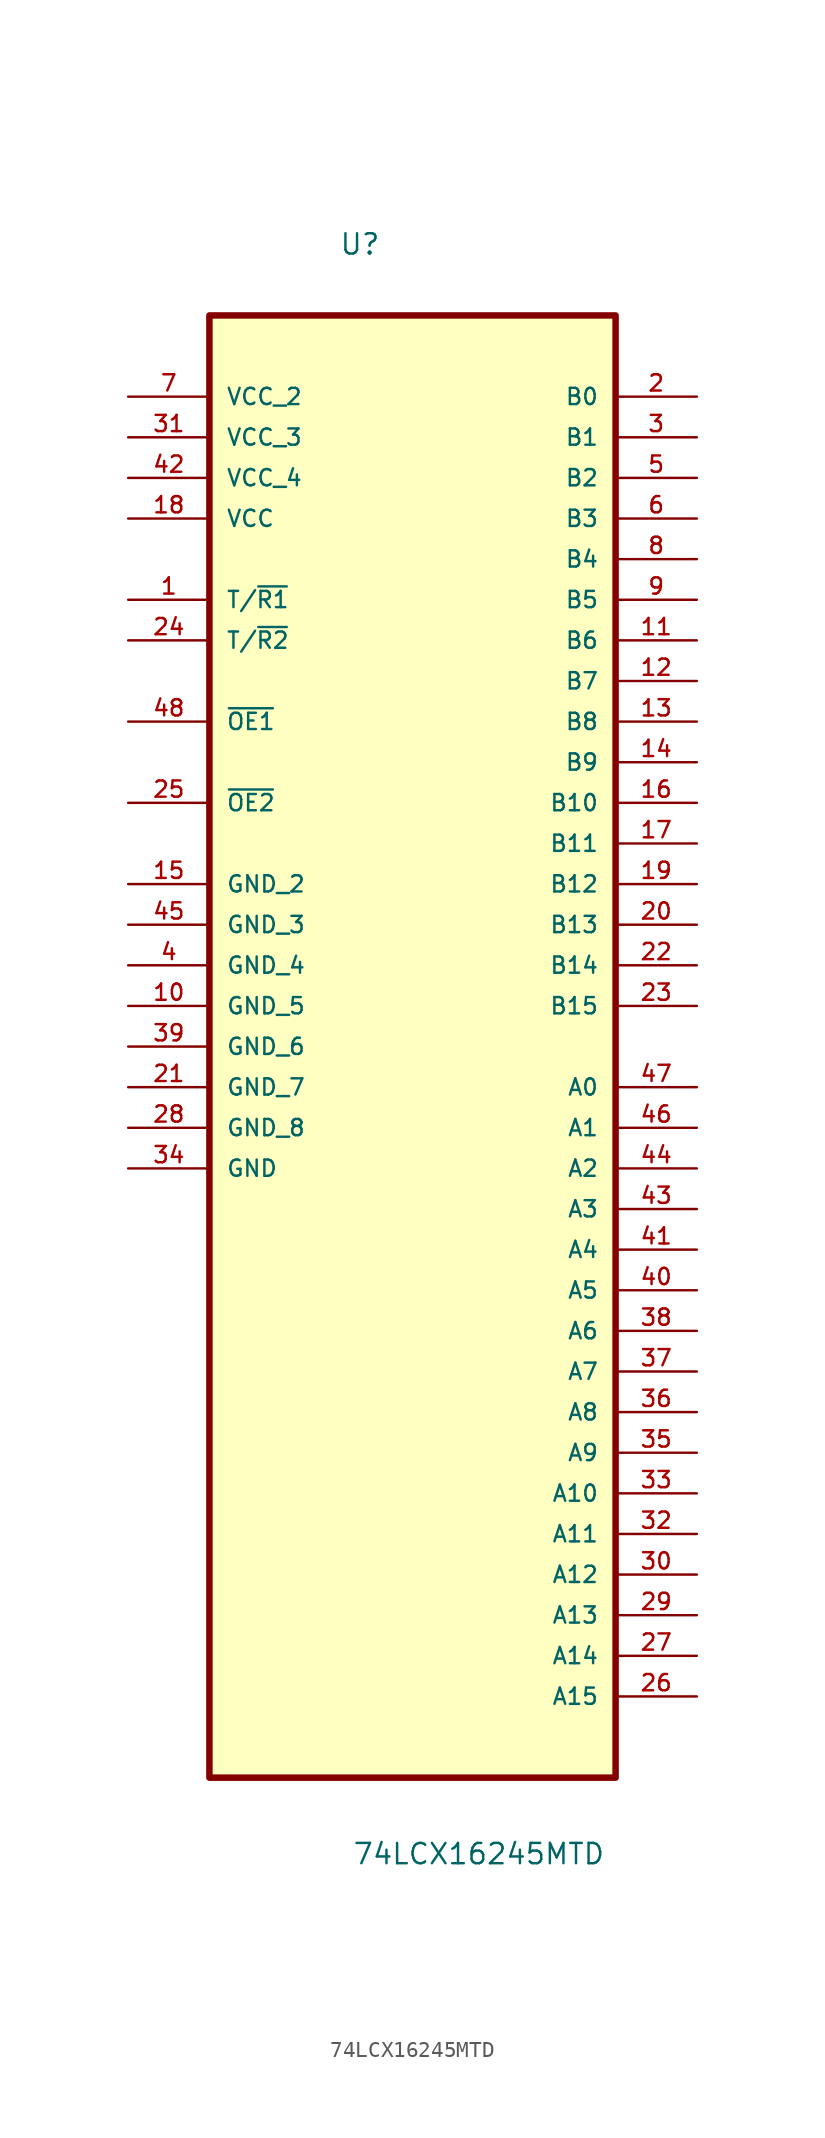
<source format=kicad_sym>
(kicad_symbol_lib
  (version 20211014)
  (generator kicad_symbol_editor)
  (symbol "74LCX16245MTD"
    (pin_names
      (offset 1.016))
    (property "Reference" "U"
      (at -4.597 46.888 0)
      (effects (font (size 1.27 1.27)) (justify left bottom)))
    (property "Value" "74LCX16245MTD"
      (at -3.785 -53.772 0)
      (effects (font (size 1.27 1.27)) (justify left bottom)))
    (property "ki_locked" ""
      (at 0 0 0)
      (effects (font (size 1.27 1.27))))
    (symbol "74LCX16245MTD_0_0"
      (rectangle (start -12.7 -48.26) (end 12.7 43.18) (stroke (width 0.406) (type default) (color 0 0 0 0)) (fill (type background)))
      (pin input line (at -17.78 25.4 0) (length 5.08) (name "T/~{R1}" (effects (font (size 1.016 1.016)))) (number "1" (effects (font (size 1.016 1.016)))))
      (pin passive line (at -17.78 0 0) (length 5.08) (name "GND_5" (effects (font (size 1.016 1.016)))) (number "10" (effects (font (size 1.016 1.016)))))
      (pin output line (at 17.78 22.86 180) (length 5.08) (name "B6" (effects (font (size 1.016 1.016)))) (number "11" (effects (font (size 1.016 1.016)))))
      (pin output line (at 17.78 20.32 180) (length 5.08) (name "B7" (effects (font (size 1.016 1.016)))) (number "12" (effects (font (size 1.016 1.016)))))
      (pin output line (at 17.78 17.78 180) (length 5.08) (name "B8" (effects (font (size 1.016 1.016)))) (number "13" (effects (font (size 1.016 1.016)))))
      (pin output line (at 17.78 15.24 180) (length 5.08) (name "B9" (effects (font (size 1.016 1.016)))) (number "14" (effects (font (size 1.016 1.016)))))
      (pin passive line (at -17.78 7.62 0) (length 5.08) (name "GND_2" (effects (font (size 1.016 1.016)))) (number "15" (effects (font (size 1.016 1.016)))))
      (pin output line (at 17.78 12.7 180) (length 5.08) (name "B10" (effects (font (size 1.016 1.016)))) (number "16" (effects (font (size 1.016 1.016)))))
      (pin output line (at 17.78 10.16 180) (length 5.08) (name "B11" (effects (font (size 1.016 1.016)))) (number "17" (effects (font (size 1.016 1.016)))))
      (pin power_in line (at -17.78 30.48 0) (length 5.08) (name "VCC" (effects (font (size 1.016 1.016)))) (number "18" (effects (font (size 1.016 1.016)))))
      (pin output line (at 17.78 7.62 180) (length 5.08) (name "B12" (effects (font (size 1.016 1.016)))) (number "19" (effects (font (size 1.016 1.016)))))
      (pin output line (at 17.78 38.1 180) (length 5.08) (name "B0" (effects (font (size 1.016 1.016)))) (number "2" (effects (font (size 1.016 1.016)))))
      (pin output line (at 17.78 5.08 180) (length 5.08) (name "B13" (effects (font (size 1.016 1.016)))) (number "20" (effects (font (size 1.016 1.016)))))
      (pin passive line (at -17.78 -5.08 0) (length 5.08) (name "GND_7" (effects (font (size 1.016 1.016)))) (number "21" (effects (font (size 1.016 1.016)))))
      (pin output line (at 17.78 2.54 180) (length 5.08) (name "B14" (effects (font (size 1.016 1.016)))) (number "22" (effects (font (size 1.016 1.016)))))
      (pin output line (at 17.78 0 180) (length 5.08) (name "B15" (effects (font (size 1.016 1.016)))) (number "23" (effects (font (size 1.016 1.016)))))
      (pin input line (at -17.78 22.86 0) (length 5.08) (name "T/~{R2}" (effects (font (size 1.016 1.016)))) (number "24" (effects (font (size 1.016 1.016)))))
      (pin output line (at -17.78 12.7 0) (length 5.08) (name "~{OE2}" (effects (font (size 1.016 1.016)))) (number "25" (effects (font (size 1.016 1.016)))))
      (pin output line (at 17.78 -43.18 180) (length 5.08) (name "A15" (effects (font (size 1.016 1.016)))) (number "26" (effects (font (size 1.016 1.016)))))
      (pin output line (at 17.78 -40.64 180) (length 5.08) (name "A14" (effects (font (size 1.016 1.016)))) (number "27" (effects (font (size 1.016 1.016)))))
      (pin passive line (at -17.78 -7.62 0) (length 5.08) (name "GND_8" (effects (font (size 1.016 1.016)))) (number "28" (effects (font (size 1.016 1.016)))))
      (pin output line (at 17.78 -38.1 180) (length 5.08) (name "A13" (effects (font (size 1.016 1.016)))) (number "29" (effects (font (size 1.016 1.016)))))
      (pin input line (at 17.78 35.56 180) (length 5.08) (name "B1" (effects (font (size 1.016 1.016)))) (number "3" (effects (font (size 1.016 1.016)))))
      (pin output line (at 17.78 -35.56 180) (length 5.08) (name "A12" (effects (font (size 1.016 1.016)))) (number "30" (effects (font (size 1.016 1.016)))))
      (pin input line (at -17.78 35.56 0) (length 5.08) (name "VCC_3" (effects (font (size 1.016 1.016)))) (number "31" (effects (font (size 1.016 1.016)))))
      (pin output line (at 17.78 -33.02 180) (length 5.08) (name "A11" (effects (font (size 1.016 1.016)))) (number "32" (effects (font (size 1.016 1.016)))))
      (pin output line (at 17.78 -30.48 180) (length 5.08) (name "A10" (effects (font (size 1.016 1.016)))) (number "33" (effects (font (size 1.016 1.016)))))
      (pin passive line (at -17.78 -10.16 0) (length 5.08) (name "GND" (effects (font (size 1.016 1.016)))) (number "34" (effects (font (size 1.016 1.016)))))
      (pin output line (at 17.78 -27.94 180) (length 5.08) (name "A9" (effects (font (size 1.016 1.016)))) (number "35" (effects (font (size 1.016 1.016)))))
      (pin output line (at 17.78 -25.4 180) (length 5.08) (name "A8" (effects (font (size 1.016 1.016)))) (number "36" (effects (font (size 1.016 1.016)))))
      (pin output line (at 17.78 -22.86 180) (length 5.08) (name "A7" (effects (font (size 1.016 1.016)))) (number "37" (effects (font (size 1.016 1.016)))))
      (pin output line (at 17.78 -20.32 180) (length 5.08) (name "A6" (effects (font (size 1.016 1.016)))) (number "38" (effects (font (size 1.016 1.016)))))
      (pin passive line (at -17.78 -2.54 0) (length 5.08) (name "GND_6" (effects (font (size 1.016 1.016)))) (number "39" (effects (font (size 1.016 1.016)))))
      (pin passive line (at -17.78 2.54 0) (length 5.08) (name "GND_4" (effects (font (size 1.016 1.016)))) (number "4" (effects (font (size 1.016 1.016)))))
      (pin output line (at 17.78 -17.78 180) (length 5.08) (name "A5" (effects (font (size 1.016 1.016)))) (number "40" (effects (font (size 1.016 1.016)))))
      (pin output line (at 17.78 -15.24 180) (length 5.08) (name "A4" (effects (font (size 1.016 1.016)))) (number "41" (effects (font (size 1.016 1.016)))))
      (pin power_in line (at -17.78 33.02 0) (length 5.08) (name "VCC_4" (effects (font (size 1.016 1.016)))) (number "42" (effects (font (size 1.016 1.016)))))
      (pin output line (at 17.78 -12.7 180) (length 5.08) (name "A3" (effects (font (size 1.016 1.016)))) (number "43" (effects (font (size 1.016 1.016)))))
      (pin output line (at 17.78 -10.16 180) (length 5.08) (name "A2" (effects (font (size 1.016 1.016)))) (number "44" (effects (font (size 1.016 1.016)))))
      (pin passive line (at -17.78 5.08 0) (length 5.08) (name "GND_3" (effects (font (size 1.016 1.016)))) (number "45" (effects (font (size 1.016 1.016)))))
      (pin output line (at 17.78 -7.62 180) (length 5.08) (name "A1" (effects (font (size 1.016 1.016)))) (number "46" (effects (font (size 1.016 1.016)))))
      (pin output line (at 17.78 -5.08 180) (length 5.08) (name "A0" (effects (font (size 1.016 1.016)))) (number "47" (effects (font (size 1.016 1.016)))))
      (pin input line (at -17.78 17.78 0) (length 5.08) (name "~{OE1}" (effects (font (size 1.016 1.016)))) (number "48" (effects (font (size 1.016 1.016)))))
      (pin output line (at 17.78 33.02 180) (length 5.08) (name "B2" (effects (font (size 1.016 1.016)))) (number "5" (effects (font (size 1.016 1.016)))))
      (pin output line (at 17.78 30.48 180) (length 5.08) (name "B3" (effects (font (size 1.016 1.016)))) (number "6" (effects (font (size 1.016 1.016)))))
      (pin power_in line (at -17.78 38.1 0) (length 5.08) (name "VCC_2" (effects (font (size 1.016 1.016)))) (number "7" (effects (font (size 1.016 1.016)))))
      (pin output line (at 17.78 27.94 180) (length 5.08) (name "B4" (effects (font (size 1.016 1.016)))) (number "8" (effects (font (size 1.016 1.016)))))
      (pin output line (at 17.78 25.4 180) (length 5.08) (name "B5" (effects (font (size 1.016 1.016)))) (number "9" (effects (font (size 1.016 1.016))))))))
</source>
